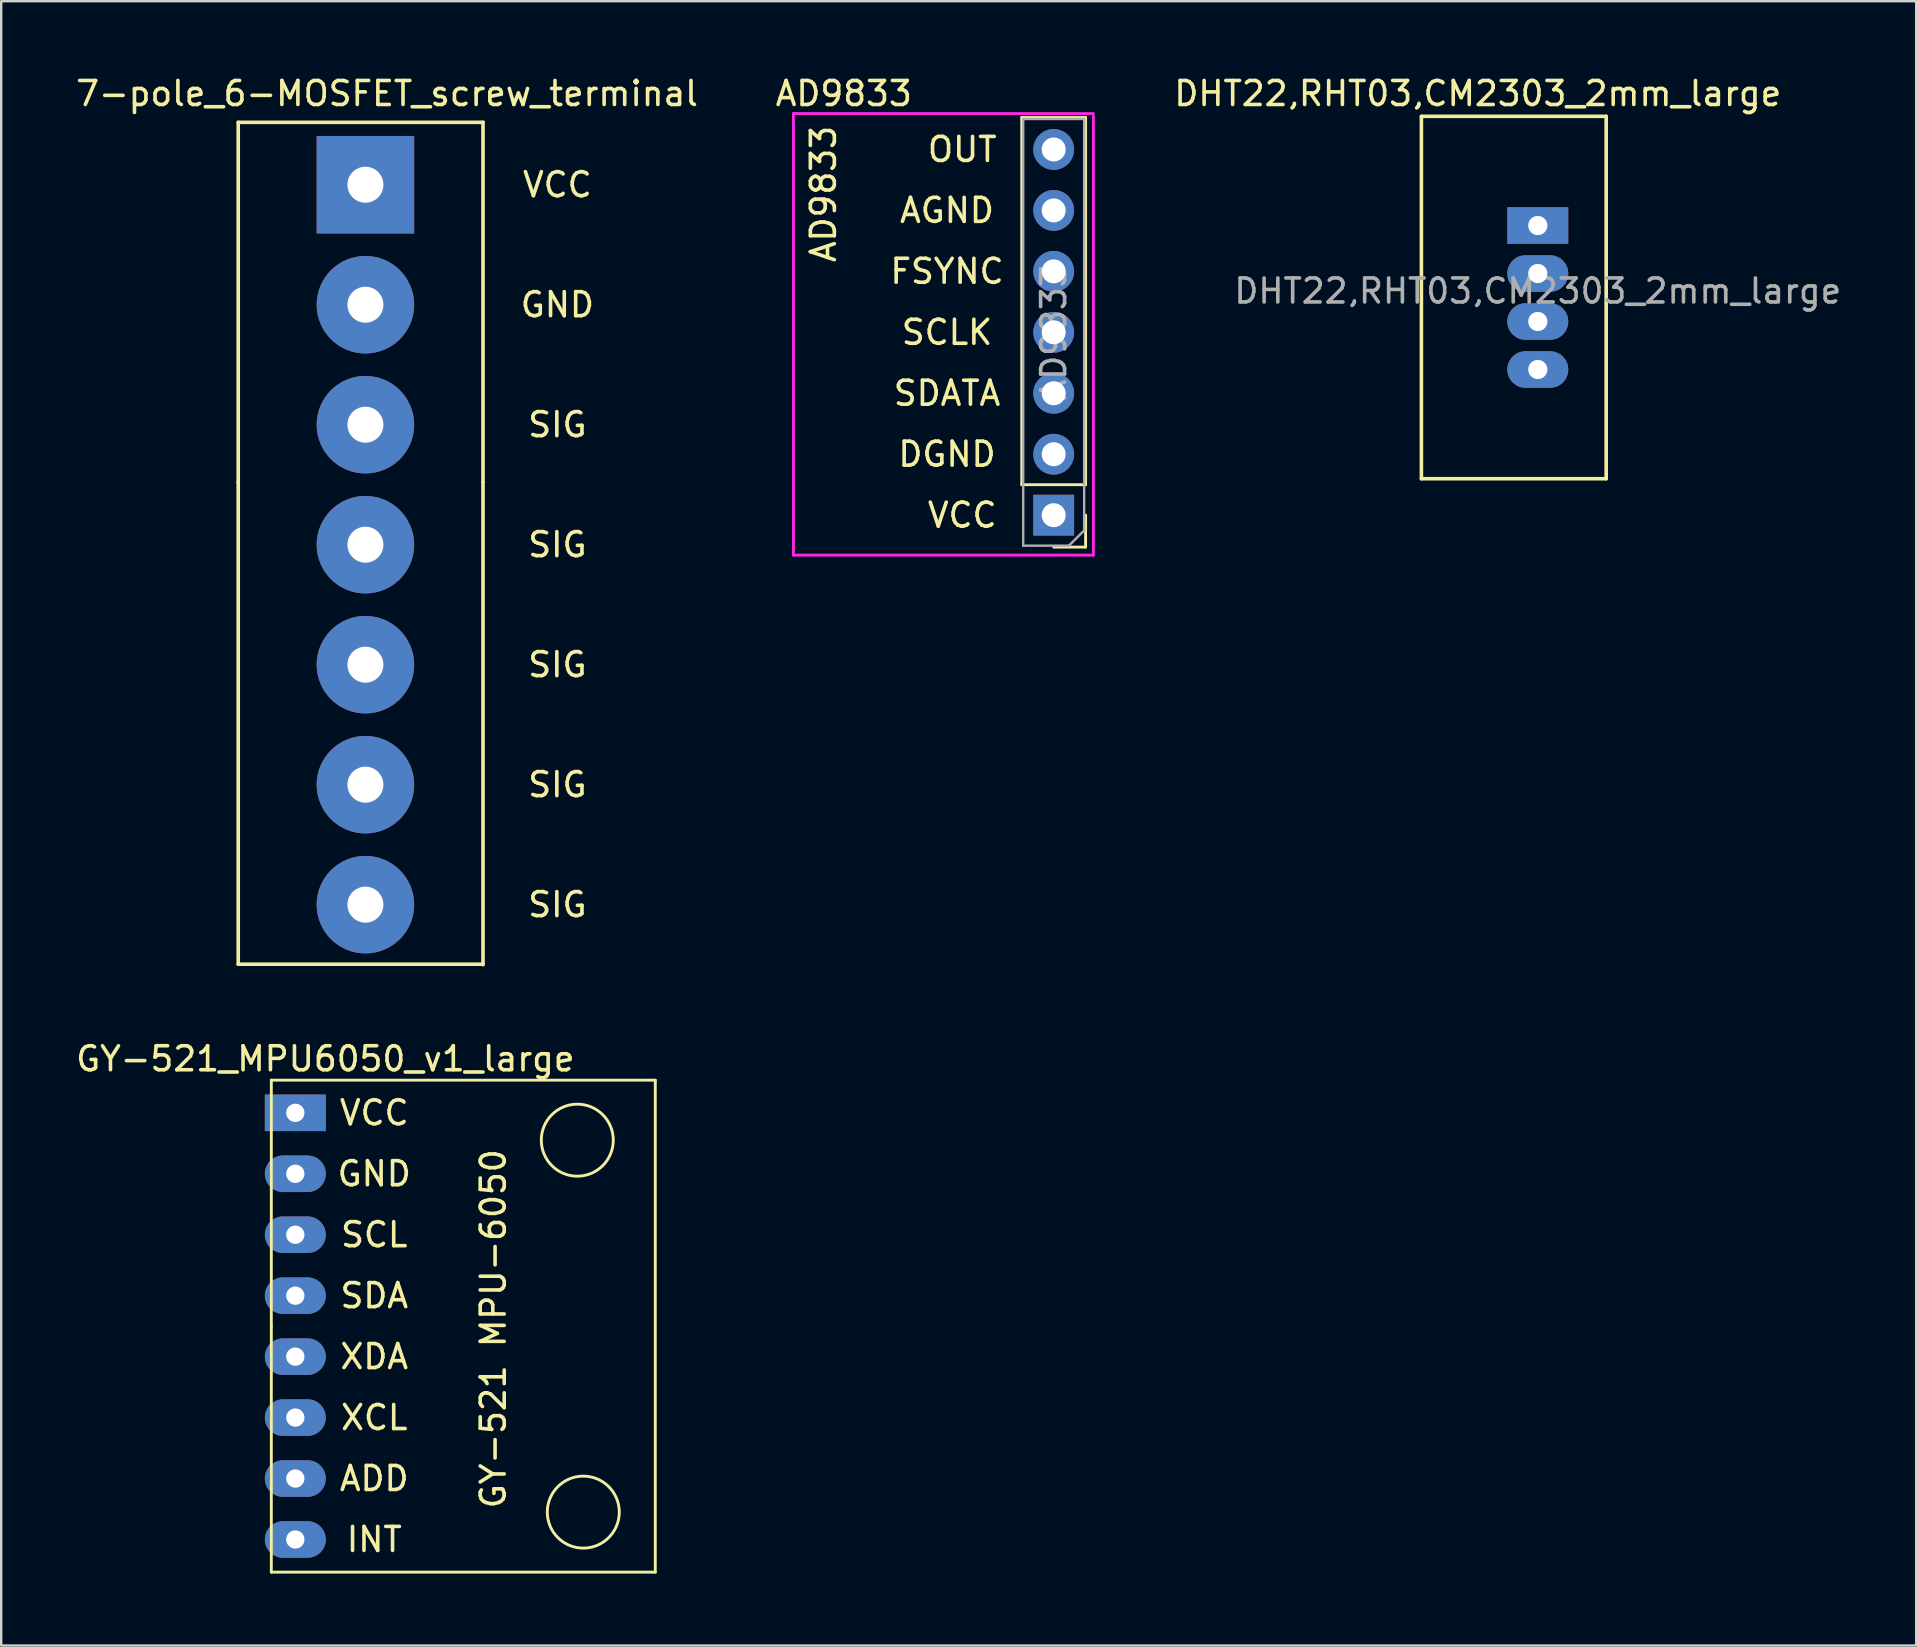
<source format=kicad_pcb>
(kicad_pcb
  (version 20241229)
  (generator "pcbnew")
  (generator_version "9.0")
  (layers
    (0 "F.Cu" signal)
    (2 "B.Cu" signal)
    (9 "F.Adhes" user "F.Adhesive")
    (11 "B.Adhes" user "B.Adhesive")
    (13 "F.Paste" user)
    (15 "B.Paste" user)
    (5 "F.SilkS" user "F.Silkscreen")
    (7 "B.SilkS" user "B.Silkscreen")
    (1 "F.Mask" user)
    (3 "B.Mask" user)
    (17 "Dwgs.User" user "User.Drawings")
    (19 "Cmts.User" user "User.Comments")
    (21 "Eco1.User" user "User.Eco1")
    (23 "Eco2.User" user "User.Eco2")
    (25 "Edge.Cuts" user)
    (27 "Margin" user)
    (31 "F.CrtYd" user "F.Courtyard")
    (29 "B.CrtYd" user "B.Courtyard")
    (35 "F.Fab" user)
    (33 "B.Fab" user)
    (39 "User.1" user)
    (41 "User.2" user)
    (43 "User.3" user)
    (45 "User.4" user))
  (footprint "7-pole_6-MOSFET_screw_terminal"
    (layer "F.Cu")
    (at 12.177 4.648)
    (property "Reference" "7-pole_6-MOSFET_screw_terminal" (at 0.9 -3.8 0) (layer "F.SilkS") (effects (font (size 1 1) (thickness 0.15))))
    (attr through_hole)
    (fp_line (start -5.3 -2.6) (end 4.9 -2.6) (stroke (width 0.15) (type solid)) (layer "F.SilkS"))
    (fp_line (start -5.3 12.4) (end -5.3 -2.6) (stroke (width 0.15) (type solid)) (layer "F.SilkS"))
    (fp_line (start -5.3 12.4) (end -5.3 32.48) (stroke (width 0.15) (type solid)) (layer "F.SilkS"))
    (fp_line (start 4.9 -2.6) (end 4.9 12.4) (stroke (width 0.15) (type solid)) (layer "F.SilkS"))
    (fp_line (start 4.9 32.48) (end -5.3 32.48) (stroke (width 0.15) (type solid)) (layer "F.SilkS"))
    (fp_line (start 4.9 32.5) (end 4.9 12.4) (stroke (width 0.15) (type solid)) (layer "F.SilkS"))
    (fp_text user "VCC" (at 8 0 0) (layer "F.SilkS") (effects (font (size 1 1) (thickness 0.15))))
    (fp_text user "GND" (at 8 5 0) (layer "F.SilkS") (effects (font (size 1 1) (thickness 0.15))))
    (fp_text user "SIG" (at 8 15 0) (layer "F.SilkS") (effects (font (size 1 1) (thickness 0.15))))
    (fp_text user "SIG" (at 8 10 0) (layer "F.SilkS") (effects (font (size 1 1) (thickness 0.15))))
    (fp_text user "SIG" (at 8 30 0) (layer "F.SilkS") (effects (font (size 1 1) (thickness 0.15))))
    (fp_text user "SIG" (at 8 25 0) (layer "F.SilkS") (effects (font (size 1 1) (thickness 0.15))))
    (fp_text user "SIG" (at 8 20 0) (layer "F.SilkS") (effects (font (size 1 1) (thickness 0.15))))
    (pad "1" thru_hole rect (at 0 0) (size 4.064 4.064) (drill 1.5) (layers "*.Cu" "*.Mask"))
    (pad "2" thru_hole circle (at 0 5) (size 4.064 4.064) (drill 1.5) (layers "*.Cu" "*.Mask"))
    (pad "3" thru_hole circle (at 0 10) (size 4.064 4.064) (drill 1.5) (layers "*.Cu" "*.Mask"))
    (pad "4" thru_hole circle (at 0 15) (size 4.064 4.064) (drill 1.5) (layers "*.Cu" "*.Mask"))
    (pad "5" thru_hole circle (at 0 20) (size 4.064 4.064) (drill 1.5) (layers "*.Cu" "*.Mask"))
    (pad "6" thru_hole circle (at 0 25) (size 4.064 4.064) (drill 1.5) (layers "*.Cu" "*.Mask"))
    (pad "7" thru_hole circle (at 0 30) (size 4.064 4.064) (drill 1.5) (layers "*.Cu" "*.Mask")))
  (footprint "AD9833"
    (layer "F.Cu")
    (at 42.513 1.783)
    (property "Reference" "AD9833" (at -10.4 -0.935 0) (layer "F.SilkS") (effects (font (size 1 1) (thickness 0.15))))
    (attr through_hole)
    (fp_line (start -2.985 15.365) (end -2.985 0.065) (stroke (width 0.12) (type solid)) (layer "F.SilkS"))
    (fp_line (start -0.325 0.065) (end -2.985 0.065) (stroke (width 0.12) (type solid)) (layer "F.SilkS"))
    (fp_line (start -0.325 15.365) (end -2.985 15.365) (stroke (width 0.12) (type solid)) (layer "F.SilkS"))
    (fp_line (start -0.325 15.365) (end -0.325 0.065) (stroke (width 0.12) (type solid)) (layer "F.SilkS"))
    (fp_line (start -0.325 16.635) (end -0.325 17.965) (stroke (width 0.12) (type solid)) (layer "F.SilkS"))
    (fp_line (start -0.325 17.965) (end -1.655 17.965) (stroke (width 0.12) (type solid)) (layer "F.SilkS"))
    (fp_line (start -12.5 -0.1) (end 0 -0.1) (stroke (width 0.12) (type solid)) (layer "F.CrtYd"))
    (fp_line (start -12.5 18.3) (end -12.5 -0.1) (stroke (width 0.12) (type solid)) (layer "F.CrtYd"))
    (fp_line (start 0 0) (end 0 18.3) (stroke (width 0.12) (type solid)) (layer "F.CrtYd"))
    (fp_line (start 0 18.3) (end -12.5 18.3) (stroke (width 0.12) (type solid)) (layer "F.CrtYd"))
    (fp_line (start -2.925 0.125) (end -0.385 0.125) (stroke (width 0.1) (type solid)) (layer "F.Fab"))
    (fp_line (start -2.925 17.905) (end -2.925 0.125) (stroke (width 0.1) (type solid)) (layer "F.Fab"))
    (fp_line (start -1.02 17.905) (end -2.925 17.905) (stroke (width 0.1) (type solid)) (layer "F.Fab"))
    (fp_line (start -0.385 0.125) (end -0.385 17.27) (stroke (width 0.1) (type solid)) (layer "F.Fab"))
    (fp_line (start -0.385 17.27) (end -1.02 17.905) (stroke (width 0.1) (type solid)) (layer "F.Fab"))
    (fp_text user "DGND" (at -6.1 14.095 0) (layer "F.SilkS") (effects (font (size 1 1) (thickness 0.15))))
    (fp_text user "FSYNC" (at -6.1 6.475 0) (layer "F.SilkS") (effects (font (size 1 1) (thickness 0.15))))
    (fp_text user "VCC" (at -5.465 16.635 0) (layer "F.SilkS") (effects (font (size 1 1) (thickness 0.15))))
    (fp_text user "SCLK" (at -6.1 9.015 0) (layer "F.SilkS") (effects (font (size 1 1) (thickness 0.15))))
    (fp_text user "AD9833" (at -11.25 3.25 90) (layer "F.SilkS") (effects (font (size 1 1) (thickness 0.15))))
    (fp_text user "AGND" (at -6.1 3.935 0) (layer "F.SilkS") (effects (font (size 1 1) (thickness 0.15))))
    (fp_text user "OUT" (at -5.465 1.395 0) (layer "F.SilkS") (effects (font (size 1 1) (thickness 0.15))))
    (fp_text user "SDATA" (at -6.1 11.555 0) (layer "F.SilkS") (effects (font (size 1 1) (thickness 0.15))))
    (fp_text user "${REFERENCE}" (at -1.655 9.015 270) (layer "F.Fab") (effects (font (size 1 1) (thickness 0.15))))
    (pad "1" thru_hole rect (at -1.655 16.635 180) (size 1.7 1.7) (drill 1) (layers "*.Cu" "*.Mask"))
    (pad "2" thru_hole oval (at -1.655 14.095 180) (size 1.7 1.7) (drill 1) (layers "*.Cu" "*.Mask"))
    (pad "3" thru_hole oval (at -1.655 11.555 180) (size 1.7 1.7) (drill 1) (layers "*.Cu" "*.Mask"))
    (pad "4" thru_hole oval (at -1.655 9.015 180) (size 1.7 1.7) (drill 1) (layers "*.Cu" "*.Mask"))
    (pad "5" thru_hole oval (at -1.655 6.475 180) (size 1.7 1.7) (drill 1) (layers "*.Cu" "*.Mask"))
    (pad "6" thru_hole oval (at -1.655 3.935 180) (size 1.7 1.7) (drill 1) (layers "*.Cu" "*.Mask"))
    (pad "7" thru_hole oval (at -1.655 1.395 180) (size 1.7 1.7) (drill 1) (layers "*.Cu" "*.Mask")))
  (footprint "DHT22,RHT03,CM2303_2mm_large"
    (layer "F.Cu")
    (at 61.031 6.348)
    (property "Reference" "DHT22,RHT03,CM2303_2mm_large" (at -2.5 -5.5 0) (layer "F.SilkS") (effects (font (size 1 1) (thickness 0.15))))
    (attr through_hole)
    (fp_line (start -4.85 -4.55) (end 2.85 -4.55) (stroke (width 0.15) (type solid)) (layer "F.SilkS"))
    (fp_line (start -4.85 10.55) (end -4.85 -4.55) (stroke (width 0.15) (type solid)) (layer "F.SilkS"))
    (fp_line (start 2.85 -4.55) (end 2.85 10.55) (stroke (width 0.15) (type solid)) (layer "F.SilkS"))
    (fp_line (start 2.85 10.55) (end -4.85 10.55) (stroke (width 0.15) (type solid)) (layer "F.SilkS"))
    (fp_text user "${REFERENCE}" (at 0 2.73 0) (layer "F.Fab") (effects (font (size 1 1) (thickness 0.15))))
    (pad "1" thru_hole rect (at 0 0) (size 2.54 1.524) (drill 0.8) (layers "*.Cu" "*.Mask"))
    (pad "2" thru_hole oval (at 0 2) (size 2.54 1.524) (drill 0.8) (layers "*.Cu" "*.Mask"))
    (pad "3" thru_hole oval (at 0 4) (size 2.54 1.524) (drill 0.8) (layers "*.Cu" "*.Mask"))
    (pad "4" thru_hole oval (at 0 6) (size 2.54 1.524) (drill 0.8) (layers "*.Cu" "*.Mask")))
  (footprint "GY-521_MPU6050_v1_large"
    (layer "F.Cu")
    (at 9.256 43.322)
    (property "Reference" "GY-521_MPU6050_v1_large" (at 1.25 -2.25 0) (layer "F.SilkS") (effects (font (size 1 1) (thickness 0.15))))
    (attr through_hole)
    (fp_line (start -1 -1.36) (end 15 -1.36) (stroke (width 0.12) (type solid)) (layer "F.SilkS"))
    (fp_line (start -1 8.89) (end -1 -1.36) (stroke (width 0.12) (type solid)) (layer "F.SilkS"))
    (fp_line (start -1 19.14) (end -1 8.89) (stroke (width 0.12) (type solid)) (layer "F.SilkS"))
    (fp_line (start 15 -1.36) (end 15 19.14) (stroke (width 0.12) (type solid)) (layer "F.SilkS"))
    (fp_line (start 15 19.14) (end -1 19.14) (stroke (width 0.12) (type solid)) (layer "F.SilkS"))
    (fp_circle (center 11.75 1.14) (end 13.25 1.14) (stroke (width 0.12) (type solid)) (fill no) (layer "F.SilkS"))
    (fp_circle (center 12 16.64) (end 13.5 16.64) (stroke (width 0.12) (type solid)) (fill no) (layer "F.SilkS"))
    (fp_text user "ADD" (at 3.29 15.24 0) (layer "F.SilkS") (effects (font (size 1 1) (thickness 0.15))))
    (fp_text user "SDA" (at 3.29 7.62 0) (layer "F.SilkS") (effects (font (size 1 1) (thickness 0.15))))
    (fp_text user "XDA" (at 3.29 10.16 0) (layer "F.SilkS") (effects (font (size 1 1) (thickness 0.15))))
    (fp_text user "XCL" (at 3.29 12.7 0) (layer "F.SilkS") (effects (font (size 1 1) (thickness 0.15))))
    (fp_text user "SCL" (at 3.29 5.08 0) (layer "F.SilkS") (effects (font (size 1 1) (thickness 0.15))))
    (fp_text user "INT" (at 3.29 17.78 0) (layer "F.SilkS") (effects (font (size 1 1) (thickness 0.15))))
    (fp_text user "GND" (at 3.29 2.54 0) (layer "F.SilkS") (effects (font (size 1 1) (thickness 0.15))))
    (fp_text user "VCC" (at 3.29 0 0) (layer "F.SilkS") (effects (font (size 1 1) (thickness 0.15))))
    (fp_text user "GY-521 MPU-6050" (at 8.25 9 90) (layer "F.SilkS") (effects (font (size 1 1) (thickness 0.15))))
    (pad "1" thru_hole rect (at 0 0) (size 2.54 1.524) (drill 0.762) (layers "*.Cu" "*.Mask"))
    (pad "2" thru_hole oval (at 0 2.54) (size 2.54 1.524) (drill 0.762) (layers "*.Cu" "*.Mask"))
    (pad "3" thru_hole oval (at 0 5.08) (size 2.54 1.524) (drill 0.762) (layers "*.Cu" "*.Mask"))
    (pad "4" thru_hole oval (at 0 7.62) (size 2.54 1.524) (drill 0.762) (layers "*.Cu" "*.Mask"))
    (pad "5" thru_hole oval (at 0 10.16) (size 2.54 1.524) (drill 0.762) (layers "*.Cu" "*.Mask"))
    (pad "6" thru_hole oval (at 0 12.7) (size 2.54 1.524) (drill 0.762) (layers "*.Cu" "*.Mask"))
    (pad "7" thru_hole oval (at 0 15.24) (size 2.54 1.524) (drill 0.762) (layers "*.Cu" "*.Mask"))
    (pad "8" thru_hole oval (at 0 17.78) (size 2.54 1.524) (drill 0.762) (layers "*.Cu" "*.Mask")))
  (gr_rect
    (start -3 -3)
    (end 76.799 65.522)
    (stroke (width 0.1) (type default))
    (fill no)
    (layer "Edge.Cuts")))
</source>
